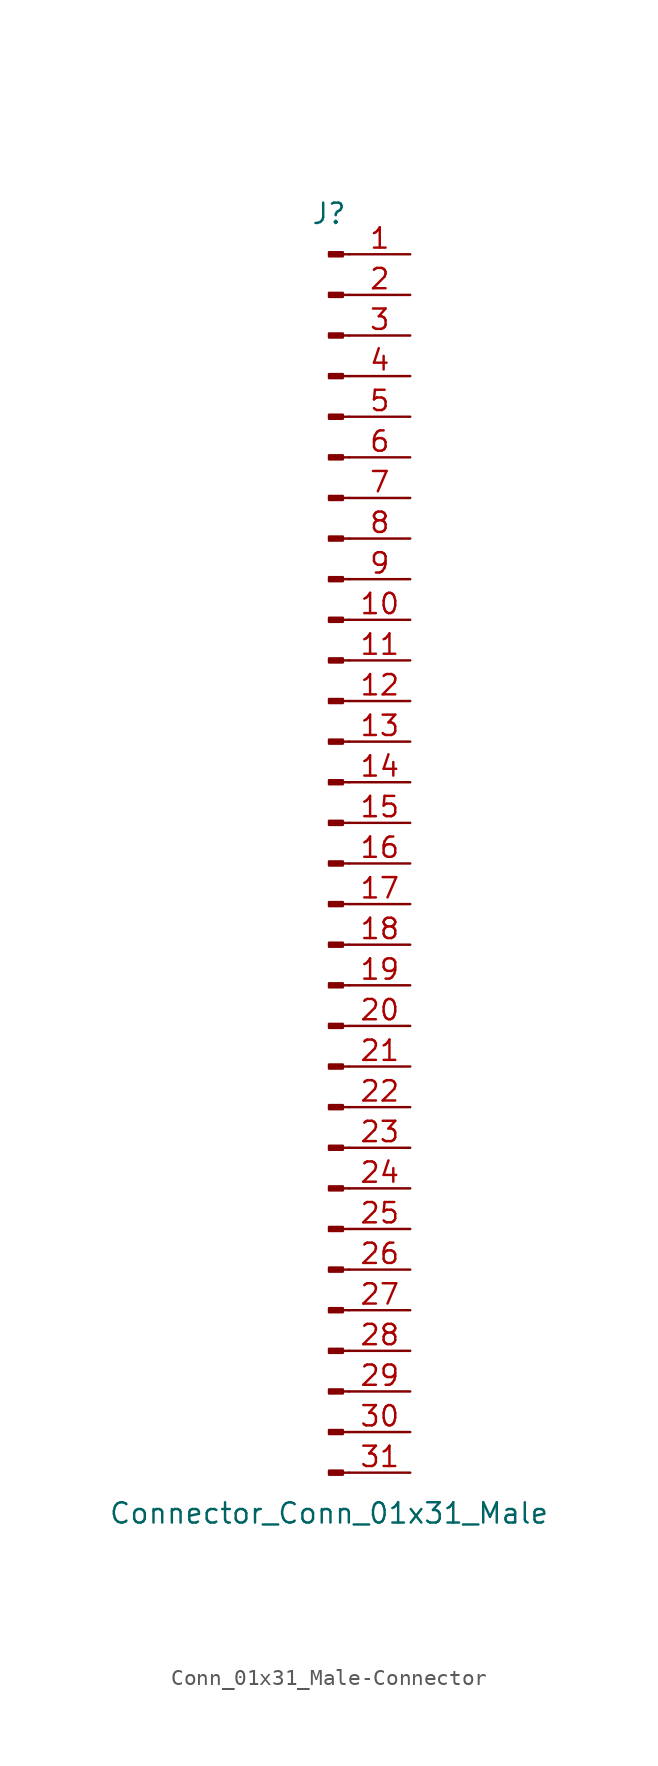
<source format=kicad_sym>
(kicad_symbol_lib
  (version 20220914)
  (generator kicad_symbol_editor)
  (symbol "Conn_01x31_Male-Connector"
    (pin_names
      (offset 1.016) hide)
    (property "Reference" "J"
      (at 0 40.64 0)
      (effects (font (size 1.27 1.27))))
    (property "Value" "Connector_Conn_01x31_Male"
      (at 0 -40.64 0)
      (effects (font (size 1.27 1.27))))
    (symbol "Conn_01x31_Male-Connector_1_1"
      (polyline (pts (xy 1.27 -38.1) (xy 0.864 -38.1)) (stroke (width 0.152) (type solid)) (fill (type none)))
      (polyline (pts (xy 1.27 -35.56) (xy 0.864 -35.56)) (stroke (width 0.152) (type solid)) (fill (type none)))
      (polyline (pts (xy 1.27 -33.02) (xy 0.864 -33.02)) (stroke (width 0.152) (type solid)) (fill (type none)))
      (polyline (pts (xy 1.27 -30.48) (xy 0.864 -30.48)) (stroke (width 0.152) (type solid)) (fill (type none)))
      (polyline (pts (xy 1.27 -27.94) (xy 0.864 -27.94)) (stroke (width 0.152) (type solid)) (fill (type none)))
      (polyline (pts (xy 1.27 -25.4) (xy 0.864 -25.4)) (stroke (width 0.152) (type solid)) (fill (type none)))
      (polyline (pts (xy 1.27 -22.86) (xy 0.864 -22.86)) (stroke (width 0.152) (type solid)) (fill (type none)))
      (polyline (pts (xy 1.27 -20.32) (xy 0.864 -20.32)) (stroke (width 0.152) (type solid)) (fill (type none)))
      (polyline (pts (xy 1.27 -17.78) (xy 0.864 -17.78)) (stroke (width 0.152) (type solid)) (fill (type none)))
      (polyline (pts (xy 1.27 -15.24) (xy 0.864 -15.24)) (stroke (width 0.152) (type solid)) (fill (type none)))
      (polyline (pts (xy 1.27 -12.7) (xy 0.864 -12.7)) (stroke (width 0.152) (type solid)) (fill (type none)))
      (polyline (pts (xy 1.27 -10.16) (xy 0.864 -10.16)) (stroke (width 0.152) (type solid)) (fill (type none)))
      (polyline (pts (xy 1.27 -7.62) (xy 0.864 -7.62)) (stroke (width 0.152) (type solid)) (fill (type none)))
      (polyline (pts (xy 1.27 -5.08) (xy 0.864 -5.08)) (stroke (width 0.152) (type solid)) (fill (type none)))
      (polyline (pts (xy 1.27 -2.54) (xy 0.864 -2.54)) (stroke (width 0.152) (type solid)) (fill (type none)))
      (polyline (pts (xy 1.27 0) (xy 0.864 0)) (stroke (width 0.152) (type solid)) (fill (type none)))
      (polyline (pts (xy 1.27 2.54) (xy 0.864 2.54)) (stroke (width 0.152) (type solid)) (fill (type none)))
      (polyline (pts (xy 1.27 5.08) (xy 0.864 5.08)) (stroke (width 0.152) (type solid)) (fill (type none)))
      (polyline (pts (xy 1.27 7.62) (xy 0.864 7.62)) (stroke (width 0.152) (type solid)) (fill (type none)))
      (polyline (pts (xy 1.27 10.16) (xy 0.864 10.16)) (stroke (width 0.152) (type solid)) (fill (type none)))
      (polyline (pts (xy 1.27 12.7) (xy 0.864 12.7)) (stroke (width 0.152) (type solid)) (fill (type none)))
      (polyline (pts (xy 1.27 15.24) (xy 0.864 15.24)) (stroke (width 0.152) (type solid)) (fill (type none)))
      (polyline (pts (xy 1.27 17.78) (xy 0.864 17.78)) (stroke (width 0.152) (type solid)) (fill (type none)))
      (polyline (pts (xy 1.27 20.32) (xy 0.864 20.32)) (stroke (width 0.152) (type solid)) (fill (type none)))
      (polyline (pts (xy 1.27 22.86) (xy 0.864 22.86)) (stroke (width 0.152) (type solid)) (fill (type none)))
      (polyline (pts (xy 1.27 25.4) (xy 0.864 25.4)) (stroke (width 0.152) (type solid)) (fill (type none)))
      (polyline (pts (xy 1.27 27.94) (xy 0.864 27.94)) (stroke (width 0.152) (type solid)) (fill (type none)))
      (polyline (pts (xy 1.27 30.48) (xy 0.864 30.48)) (stroke (width 0.152) (type solid)) (fill (type none)))
      (polyline (pts (xy 1.27 33.02) (xy 0.864 33.02)) (stroke (width 0.152) (type solid)) (fill (type none)))
      (polyline (pts (xy 1.27 35.56) (xy 0.864 35.56)) (stroke (width 0.152) (type solid)) (fill (type none)))
      (polyline (pts (xy 1.27 38.1) (xy 0.864 38.1)) (stroke (width 0.152) (type solid)) (fill (type none)))
      (rectangle (start 0.864 -37.973) (end 0 -38.227) (stroke (width 0.152) (type solid)) (fill (type outline)))
      (rectangle (start 0.864 -35.433) (end 0 -35.687) (stroke (width 0.152) (type solid)) (fill (type outline)))
      (rectangle (start 0.864 -32.893) (end 0 -33.147) (stroke (width 0.152) (type solid)) (fill (type outline)))
      (rectangle (start 0.864 -30.353) (end 0 -30.607) (stroke (width 0.152) (type solid)) (fill (type outline)))
      (rectangle (start 0.864 -27.813) (end 0 -28.067) (stroke (width 0.152) (type solid)) (fill (type outline)))
      (rectangle (start 0.864 -25.273) (end 0 -25.527) (stroke (width 0.152) (type solid)) (fill (type outline)))
      (rectangle (start 0.864 -22.733) (end 0 -22.987) (stroke (width 0.152) (type solid)) (fill (type outline)))
      (rectangle (start 0.864 -20.193) (end 0 -20.447) (stroke (width 0.152) (type solid)) (fill (type outline)))
      (rectangle (start 0.864 -17.653) (end 0 -17.907) (stroke (width 0.152) (type solid)) (fill (type outline)))
      (rectangle (start 0.864 -15.113) (end 0 -15.367) (stroke (width 0.152) (type solid)) (fill (type outline)))
      (rectangle (start 0.864 -12.573) (end 0 -12.827) (stroke (width 0.152) (type solid)) (fill (type outline)))
      (rectangle (start 0.864 -10.033) (end 0 -10.287) (stroke (width 0.152) (type solid)) (fill (type outline)))
      (rectangle (start 0.864 -7.493) (end 0 -7.747) (stroke (width 0.152) (type solid)) (fill (type outline)))
      (rectangle (start 0.864 -4.953) (end 0 -5.207) (stroke (width 0.152) (type solid)) (fill (type outline)))
      (rectangle (start 0.864 -2.413) (end 0 -2.667) (stroke (width 0.152) (type solid)) (fill (type outline)))
      (rectangle (start 0.864 0.127) (end 0 -0.127) (stroke (width 0.152) (type solid)) (fill (type outline)))
      (rectangle (start 0.864 2.667) (end 0 2.413) (stroke (width 0.152) (type solid)) (fill (type outline)))
      (rectangle (start 0.864 5.207) (end 0 4.953) (stroke (width 0.152) (type solid)) (fill (type outline)))
      (rectangle (start 0.864 7.747) (end 0 7.493) (stroke (width 0.152) (type solid)) (fill (type outline)))
      (rectangle (start 0.864 10.287) (end 0 10.033) (stroke (width 0.152) (type solid)) (fill (type outline)))
      (rectangle (start 0.864 12.827) (end 0 12.573) (stroke (width 0.152) (type solid)) (fill (type outline)))
      (rectangle (start 0.864 15.367) (end 0 15.113) (stroke (width 0.152) (type solid)) (fill (type outline)))
      (rectangle (start 0.864 17.907) (end 0 17.653) (stroke (width 0.152) (type solid)) (fill (type outline)))
      (rectangle (start 0.864 20.447) (end 0 20.193) (stroke (width 0.152) (type solid)) (fill (type outline)))
      (rectangle (start 0.864 22.987) (end 0 22.733) (stroke (width 0.152) (type solid)) (fill (type outline)))
      (rectangle (start 0.864 25.527) (end 0 25.273) (stroke (width 0.152) (type solid)) (fill (type outline)))
      (rectangle (start 0.864 28.067) (end 0 27.813) (stroke (width 0.152) (type solid)) (fill (type outline)))
      (rectangle (start 0.864 30.607) (end 0 30.353) (stroke (width 0.152) (type solid)) (fill (type outline)))
      (rectangle (start 0.864 33.147) (end 0 32.893) (stroke (width 0.152) (type solid)) (fill (type outline)))
      (rectangle (start 0.864 35.687) (end 0 35.433) (stroke (width 0.152) (type solid)) (fill (type outline)))
      (rectangle (start 0.864 38.227) (end 0 37.973) (stroke (width 0.152) (type solid)) (fill (type outline)))
      (pin passive line (at 5.08 38.1 180) (length 3.81) (name "Pin_1" (effects (font (size 1.27 1.27)))) (number "1" (effects (font (size 1.27 1.27)))))
      (pin passive line (at 5.08 15.24 180) (length 3.81) (name "Pin_10" (effects (font (size 1.27 1.27)))) (number "10" (effects (font (size 1.27 1.27)))))
      (pin passive line (at 5.08 12.7 180) (length 3.81) (name "Pin_11" (effects (font (size 1.27 1.27)))) (number "11" (effects (font (size 1.27 1.27)))))
      (pin passive line (at 5.08 10.16 180) (length 3.81) (name "Pin_12" (effects (font (size 1.27 1.27)))) (number "12" (effects (font (size 1.27 1.27)))))
      (pin passive line (at 5.08 7.62 180) (length 3.81) (name "Pin_13" (effects (font (size 1.27 1.27)))) (number "13" (effects (font (size 1.27 1.27)))))
      (pin passive line (at 5.08 5.08 180) (length 3.81) (name "Pin_14" (effects (font (size 1.27 1.27)))) (number "14" (effects (font (size 1.27 1.27)))))
      (pin passive line (at 5.08 2.54 180) (length 3.81) (name "Pin_15" (effects (font (size 1.27 1.27)))) (number "15" (effects (font (size 1.27 1.27)))))
      (pin passive line (at 5.08 0 180) (length 3.81) (name "Pin_16" (effects (font (size 1.27 1.27)))) (number "16" (effects (font (size 1.27 1.27)))))
      (pin passive line (at 5.08 -2.54 180) (length 3.81) (name "Pin_17" (effects (font (size 1.27 1.27)))) (number "17" (effects (font (size 1.27 1.27)))))
      (pin passive line (at 5.08 -5.08 180) (length 3.81) (name "Pin_18" (effects (font (size 1.27 1.27)))) (number "18" (effects (font (size 1.27 1.27)))))
      (pin passive line (at 5.08 -7.62 180) (length 3.81) (name "Pin_19" (effects (font (size 1.27 1.27)))) (number "19" (effects (font (size 1.27 1.27)))))
      (pin passive line (at 5.08 35.56 180) (length 3.81) (name "Pin_2" (effects (font (size 1.27 1.27)))) (number "2" (effects (font (size 1.27 1.27)))))
      (pin passive line (at 5.08 -10.16 180) (length 3.81) (name "Pin_20" (effects (font (size 1.27 1.27)))) (number "20" (effects (font (size 1.27 1.27)))))
      (pin passive line (at 5.08 -12.7 180) (length 3.81) (name "Pin_21" (effects (font (size 1.27 1.27)))) (number "21" (effects (font (size 1.27 1.27)))))
      (pin passive line (at 5.08 -15.24 180) (length 3.81) (name "Pin_22" (effects (font (size 1.27 1.27)))) (number "22" (effects (font (size 1.27 1.27)))))
      (pin passive line (at 5.08 -17.78 180) (length 3.81) (name "Pin_23" (effects (font (size 1.27 1.27)))) (number "23" (effects (font (size 1.27 1.27)))))
      (pin passive line (at 5.08 -20.32 180) (length 3.81) (name "Pin_24" (effects (font (size 1.27 1.27)))) (number "24" (effects (font (size 1.27 1.27)))))
      (pin passive line (at 5.08 -22.86 180) (length 3.81) (name "Pin_25" (effects (font (size 1.27 1.27)))) (number "25" (effects (font (size 1.27 1.27)))))
      (pin passive line (at 5.08 -25.4 180) (length 3.81) (name "Pin_26" (effects (font (size 1.27 1.27)))) (number "26" (effects (font (size 1.27 1.27)))))
      (pin passive line (at 5.08 -27.94 180) (length 3.81) (name "Pin_27" (effects (font (size 1.27 1.27)))) (number "27" (effects (font (size 1.27 1.27)))))
      (pin passive line (at 5.08 -30.48 180) (length 3.81) (name "Pin_28" (effects (font (size 1.27 1.27)))) (number "28" (effects (font (size 1.27 1.27)))))
      (pin passive line (at 5.08 -33.02 180) (length 3.81) (name "Pin_29" (effects (font (size 1.27 1.27)))) (number "29" (effects (font (size 1.27 1.27)))))
      (pin passive line (at 5.08 33.02 180) (length 3.81) (name "Pin_3" (effects (font (size 1.27 1.27)))) (number "3" (effects (font (size 1.27 1.27)))))
      (pin passive line (at 5.08 -35.56 180) (length 3.81) (name "Pin_30" (effects (font (size 1.27 1.27)))) (number "30" (effects (font (size 1.27 1.27)))))
      (pin passive line (at 5.08 -38.1 180) (length 3.81) (name "Pin_31" (effects (font (size 1.27 1.27)))) (number "31" (effects (font (size 1.27 1.27)))))
      (pin passive line (at 5.08 30.48 180) (length 3.81) (name "Pin_4" (effects (font (size 1.27 1.27)))) (number "4" (effects (font (size 1.27 1.27)))))
      (pin passive line (at 5.08 27.94 180) (length 3.81) (name "Pin_5" (effects (font (size 1.27 1.27)))) (number "5" (effects (font (size 1.27 1.27)))))
      (pin passive line (at 5.08 25.4 180) (length 3.81) (name "Pin_6" (effects (font (size 1.27 1.27)))) (number "6" (effects (font (size 1.27 1.27)))))
      (pin passive line (at 5.08 22.86 180) (length 3.81) (name "Pin_7" (effects (font (size 1.27 1.27)))) (number "7" (effects (font (size 1.27 1.27)))))
      (pin passive line (at 5.08 20.32 180) (length 3.81) (name "Pin_8" (effects (font (size 1.27 1.27)))) (number "8" (effects (font (size 1.27 1.27)))))
      (pin passive line (at 5.08 17.78 180) (length 3.81) (name "Pin_9" (effects (font (size 1.27 1.27)))) (number "9" (effects (font (size 1.27 1.27))))))))
</source>
